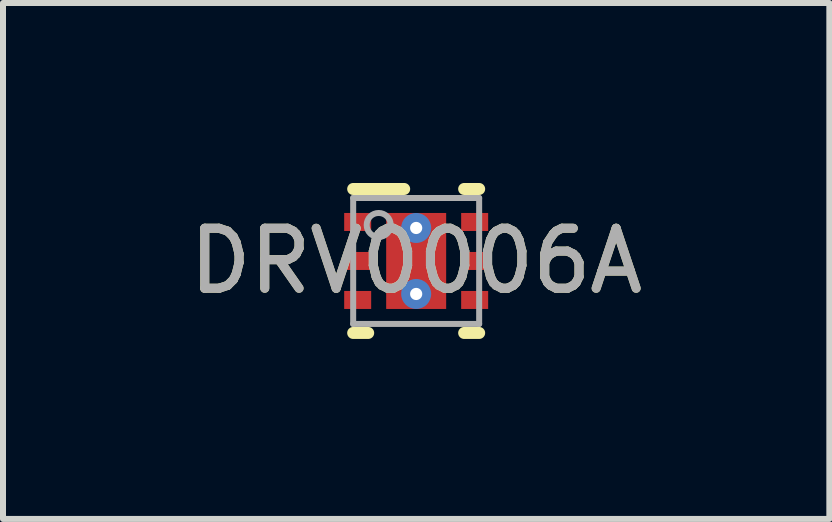
<source format=kicad_pcb>
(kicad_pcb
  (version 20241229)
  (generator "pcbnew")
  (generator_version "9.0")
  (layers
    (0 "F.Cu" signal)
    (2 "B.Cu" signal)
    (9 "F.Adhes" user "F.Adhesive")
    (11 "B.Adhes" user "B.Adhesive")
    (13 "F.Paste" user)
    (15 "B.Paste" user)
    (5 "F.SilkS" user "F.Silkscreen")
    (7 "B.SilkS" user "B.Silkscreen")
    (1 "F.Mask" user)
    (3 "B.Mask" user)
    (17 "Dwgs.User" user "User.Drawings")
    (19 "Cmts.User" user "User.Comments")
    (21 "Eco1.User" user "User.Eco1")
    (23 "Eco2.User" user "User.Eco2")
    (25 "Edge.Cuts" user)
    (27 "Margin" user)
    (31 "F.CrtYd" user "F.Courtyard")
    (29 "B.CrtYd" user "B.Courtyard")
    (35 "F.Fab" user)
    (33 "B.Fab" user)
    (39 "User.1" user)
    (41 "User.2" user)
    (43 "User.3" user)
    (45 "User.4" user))
  (footprint "DRV0006A"
    (layer "F.Cu")
    (at 3.887 1.3)
    (property "Reference" "DRV0006A" (at 0 0 0) (unlocked yes) (layer "F.SilkS") (effects (font (size 1 1) (thickness 0.15))))
    (attr smd)
    (fp_line (start -1.05 -1.2) (end -0.2 -1.2) (stroke (width 0.2) (type solid)) (layer "F.SilkS"))
    (fp_line (start -1.05 1.2) (end -0.8 1.2) (stroke (width 0.2) (type solid)) (layer "F.SilkS"))
    (fp_line (start 0.8 -1.2) (end 1.05 -1.2) (stroke (width 0.2) (type solid)) (layer "F.SilkS"))
    (fp_line (start 0.8 1.2) (end 1.05 1.2) (stroke (width 0.2) (type solid)) (layer "F.SilkS"))
    (fp_poly (pts (xy 0.475 0.733) (xy 0.475 -0.733) (xy -0.474 -0.733) (xy -0.474 0.733)) (stroke (width 0) (type solid)) (fill yes) (layer "F.Paste"))
    (fp_line (start -1.05 -1.05) (end 1.05 -1.05) (stroke (width 0.1) (type solid)) (layer "F.Fab"))
    (fp_line (start -1.05 1.05) (end -1.05 -1.05) (stroke (width 0.1) (type solid)) (layer "F.Fab"))
    (fp_line (start -1.05 1.05) (end 1.05 1.05) (stroke (width 0.1) (type solid)) (layer "F.Fab"))
    (fp_line (start 1.05 1.05) (end 1.05 -1.05) (stroke (width 0.1) (type solid)) (layer "F.Fab"))
    (fp_circle (center -0.625 -0.6) (end -0.425 -0.6) (stroke (width 0.1) (type solid)) (fill no) (layer "F.Fab"))
    (fp_text user "${REFERENCE}" (at 0 0 0) (unlocked yes) (layer "F.Fab") (effects (font (size 1 1) (thickness 0.15))))
    (pad "1" smd rect (at -0.975 -0.65 90) (size 0.3 0.45) (layers "F.Cu" "F.Mask" "F.Paste"))
    (pad "2" smd rect (at -0.975 0 90) (size 0.3 0.45) (layers "F.Cu" "F.Mask" "F.Paste"))
    (pad "3" smd rect (at -0.975 0.65 90) (size 0.3 0.45) (layers "F.Cu" "F.Mask" "F.Paste"))
    (pad "4" smd rect (at 0.975 0.65 90) (size 0.3 0.45) (layers "F.Cu" "F.Mask" "F.Paste"))
    (pad "5" smd rect (at 0.975 0 90) (size 0.3 0.45) (layers "F.Cu" "F.Mask" "F.Paste"))
    (pad "6" smd rect (at 0.975 -0.65 90) (size 0.3 0.45) (layers "F.Cu" "F.Mask" "F.Paste"))
    (pad "7" smd rect (at 0 0) (size 1 1.6) (layers "F.Cu" "F.Mask" "F.Paste"))
    (pad "V" thru_hole circle (at 0 -0.55) (size 0.5 0.5) (drill 0.203) (layers "*.Cu" "*.Mask"))
    (pad "V" thru_hole circle (at 0 0.55) (size 0.5 0.5) (drill 0.203) (layers "*.Cu" "*.Mask")))
  (gr_rect
    (start -3 -3)
    (end 10.774 5.6)
    (stroke (width 0.1) (type default))
    (fill no)
    (layer "Edge.Cuts")))
</source>
